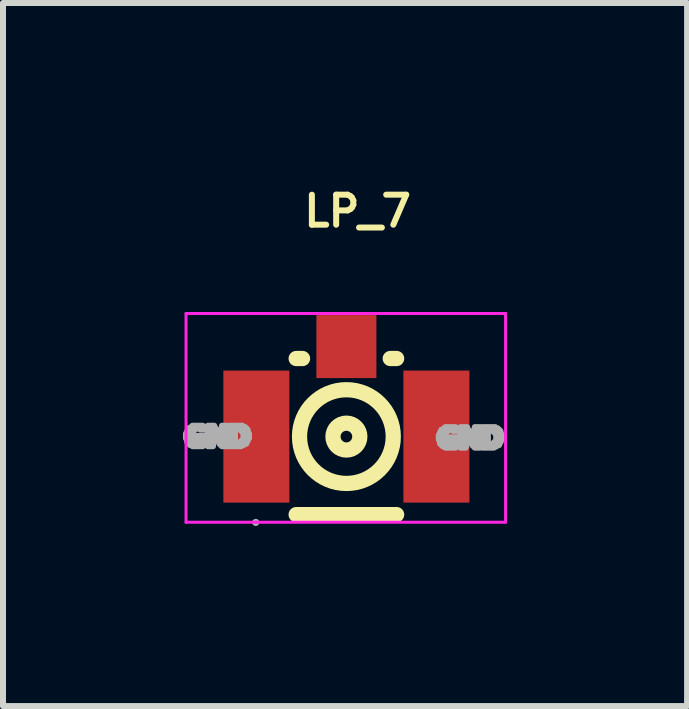
<source format=kicad_pcb>
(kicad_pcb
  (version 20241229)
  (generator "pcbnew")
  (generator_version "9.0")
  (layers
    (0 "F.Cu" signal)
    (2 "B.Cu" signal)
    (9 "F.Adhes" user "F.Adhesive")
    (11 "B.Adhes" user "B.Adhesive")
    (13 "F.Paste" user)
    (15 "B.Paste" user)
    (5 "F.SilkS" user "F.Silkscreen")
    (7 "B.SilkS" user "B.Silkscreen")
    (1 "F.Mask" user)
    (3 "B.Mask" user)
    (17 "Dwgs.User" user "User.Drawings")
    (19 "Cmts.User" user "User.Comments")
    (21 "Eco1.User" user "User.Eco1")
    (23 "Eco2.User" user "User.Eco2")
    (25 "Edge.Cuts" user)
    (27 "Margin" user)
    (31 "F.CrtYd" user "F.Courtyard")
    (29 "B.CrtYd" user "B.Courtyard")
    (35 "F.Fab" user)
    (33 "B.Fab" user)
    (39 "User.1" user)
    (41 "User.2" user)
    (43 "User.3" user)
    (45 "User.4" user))
  (footprint "LP_7"
    (layer "F.Cu")
    (at 2.712 3.913)
    (property "Reference" "LP_7" (at -0.75 -3.445 0) (layer "F.SilkS") (effects (font (size 0.5 0.5) (thickness 0.1)) (justify left)))
    (fp_line (start -0.827 -0.989) (end -0.721 -0.989) (stroke (width 0.254) (type solid)) (layer "F.SilkS"))
    (fp_line (start 0.741 -0.989) (end 0.847 -0.989) (stroke (width 0.254) (type solid)) (layer "F.SilkS"))
    (fp_line (start 0.847 1.612) (end -0.827 1.612) (stroke (width 0.254) (type solid)) (layer "F.SilkS"))
    (fp_arc (start 0.234 0.312) (mid -0.214 0.312) (end 0.234 0.312) (stroke (width 0.254) (type solid)) (layer "F.SilkS"))
    (fp_arc (start 0.791 0.312) (mid -0.771 0.312) (end 0.791 0.312) (stroke (width 0.254) (type solid)) (layer "F.SilkS"))
    (fp_line (start -2.662 -1.739) (end -2.662 1.739) (stroke (width 0.05) (type solid)) (layer "F.CrtYd"))
    (fp_line (start -2.662 1.739) (end 2.662 1.739) (stroke (width 0.05) (type solid)) (layer "F.CrtYd"))
    (fp_line (start 2.662 -1.739) (end -2.662 -1.739) (stroke (width 0.05) (type solid)) (layer "F.CrtYd"))
    (fp_line (start 2.662 1.739) (end 2.662 -1.739) (stroke (width 0.05) (type solid)) (layer "F.CrtYd"))
    (fp_arc (start -1.47 1.742) (mid -1.53 1.742) (end -1.47 1.742) (stroke (width 0.06) (type solid)) (layer "F.Fab"))
    (fp_poly (pts (xy -2.662 0.28) (xy -2.662 0.259) (xy -2.576 0.259) (xy -2.576 0.28) (xy -2.662 0.28)) (stroke (width 0.1) (type solid)) (fill no) (layer "F.Fab"))
    (fp_poly (pts (xy -2.662 0.301) (xy -2.662 0.28) (xy -2.576 0.28) (xy -2.576 0.301) (xy -2.662 0.301)) (stroke (width 0.1) (type solid)) (fill no) (layer "F.Fab"))
    (fp_poly (pts (xy -2.662 0.323) (xy -2.662 0.301) (xy -2.576 0.301) (xy -2.576 0.323) (xy -2.662 0.323)) (stroke (width 0.1) (type solid)) (fill no) (layer "F.Fab"))
    (fp_poly (pts (xy -2.662 0.344) (xy -2.662 0.323) (xy -2.576 0.323) (xy -2.576 0.344) (xy -2.662 0.344)) (stroke (width 0.1) (type solid)) (fill no) (layer "F.Fab"))
    (fp_poly (pts (xy -2.64 0.237) (xy -2.64 0.216) (xy -2.555 0.216) (xy -2.555 0.237) (xy -2.64 0.237)) (stroke (width 0.1) (type solid)) (fill no) (layer "F.Fab"))
    (fp_poly (pts (xy -2.64 0.259) (xy -2.64 0.237) (xy -2.576 0.237) (xy -2.576 0.259) (xy -2.64 0.259)) (stroke (width 0.1) (type solid)) (fill no) (layer "F.Fab"))
    (fp_poly (pts (xy -2.64 0.365) (xy -2.64 0.344) (xy -2.576 0.344) (xy -2.576 0.365) (xy -2.64 0.365)) (stroke (width 0.1) (type solid)) (fill no) (layer "F.Fab"))
    (fp_poly (pts (xy -2.64 0.387) (xy -2.64 0.365) (xy -2.555 0.365) (xy -2.555 0.387) (xy -2.64 0.387)) (stroke (width 0.1) (type solid)) (fill no) (layer "F.Fab"))
    (fp_poly (pts (xy -2.64 0.408) (xy -2.64 0.387) (xy -2.555 0.387) (xy -2.555 0.408) (xy -2.64 0.408)) (stroke (width 0.1) (type solid)) (fill no) (layer "F.Fab"))
    (fp_poly (pts (xy -2.619 0.195) (xy -2.619 0.173) (xy -2.512 0.173) (xy -2.512 0.195) (xy -2.619 0.195)) (stroke (width 0.1) (type solid)) (fill no) (layer "F.Fab"))
    (fp_poly (pts (xy -2.619 0.216) (xy -2.619 0.195) (xy -2.534 0.195) (xy -2.534 0.216) (xy -2.619 0.216)) (stroke (width 0.1) (type solid)) (fill no) (layer "F.Fab"))
    (fp_poly (pts (xy -2.619 0.43) (xy -2.619 0.408) (xy -2.512 0.408) (xy -2.512 0.43) (xy -2.619 0.43)) (stroke (width 0.1) (type solid)) (fill no) (layer "F.Fab"))
    (fp_poly (pts (xy -2.598 0.451) (xy -2.598 0.43) (xy -2.342 0.43) (xy -2.342 0.451) (xy -2.598 0.451)) (stroke (width 0.1) (type solid)) (fill no) (layer "F.Fab"))
    (fp_poly (pts (xy -2.576 0.173) (xy -2.576 0.152) (xy -2.363 0.152) (xy -2.363 0.173) (xy -2.576 0.173)) (stroke (width 0.1) (type solid)) (fill no) (layer "F.Fab"))
    (fp_poly (pts (xy -2.555 0.152) (xy -2.555 0.131) (xy -2.384 0.131) (xy -2.384 0.152) (xy -2.555 0.152)) (stroke (width 0.1) (type solid)) (fill no) (layer "F.Fab"))
    (fp_poly (pts (xy -2.555 0.472) (xy -2.555 0.451) (xy -2.384 0.451) (xy -2.384 0.472) (xy -2.555 0.472)) (stroke (width 0.1) (type solid)) (fill no) (layer "F.Fab"))
    (fp_poly (pts (xy -2.491 0.323) (xy -2.491 0.301) (xy -2.342 0.301) (xy -2.342 0.323) (xy -2.491 0.323)) (stroke (width 0.1) (type solid)) (fill no) (layer "F.Fab"))
    (fp_poly (pts (xy -2.491 0.344) (xy -2.491 0.323) (xy -2.342 0.323) (xy -2.342 0.344) (xy -2.491 0.344)) (stroke (width 0.1) (type solid)) (fill no) (layer "F.Fab"))
    (fp_poly (pts (xy -2.427 0.195) (xy -2.427 0.173) (xy -2.363 0.173) (xy -2.363 0.195) (xy -2.427 0.195)) (stroke (width 0.1) (type solid)) (fill no) (layer "F.Fab"))
    (fp_poly (pts (xy -2.427 0.365) (xy -2.427 0.344) (xy -2.342 0.344) (xy -2.342 0.365) (xy -2.427 0.365)) (stroke (width 0.1) (type solid)) (fill no) (layer "F.Fab"))
    (fp_poly (pts (xy -2.427 0.387) (xy -2.427 0.365) (xy -2.342 0.365) (xy -2.342 0.387) (xy -2.427 0.387)) (stroke (width 0.1) (type solid)) (fill no) (layer "F.Fab"))
    (fp_poly (pts (xy -2.427 0.408) (xy -2.427 0.387) (xy -2.342 0.387) (xy -2.342 0.408) (xy -2.427 0.408)) (stroke (width 0.1) (type solid)) (fill no) (layer "F.Fab"))
    (fp_poly (pts (xy -2.427 0.43) (xy -2.427 0.408) (xy -2.342 0.408) (xy -2.342 0.43) (xy -2.427 0.43)) (stroke (width 0.1) (type solid)) (fill no) (layer "F.Fab"))
    (fp_poly (pts (xy -2.299 0.152) (xy -2.299 0.131) (xy -2.192 0.131) (xy -2.192 0.152) (xy -2.299 0.152)) (stroke (width 0.1) (type solid)) (fill no) (layer "F.Fab"))
    (fp_poly (pts (xy -2.299 0.173) (xy -2.299 0.152) (xy -2.192 0.152) (xy -2.192 0.173) (xy -2.299 0.173)) (stroke (width 0.1) (type solid)) (fill no) (layer "F.Fab"))
    (fp_poly (pts (xy -2.299 0.195) (xy -2.299 0.173) (xy -2.171 0.173) (xy -2.171 0.195) (xy -2.299 0.195)) (stroke (width 0.1) (type solid)) (fill no) (layer "F.Fab"))
    (fp_poly (pts (xy -2.299 0.216) (xy -2.299 0.195) (xy -2.149 0.195) (xy -2.149 0.216) (xy -2.299 0.216)) (stroke (width 0.1) (type solid)) (fill no) (layer "F.Fab"))
    (fp_poly (pts (xy -2.299 0.237) (xy -2.299 0.216) (xy -2.149 0.216) (xy -2.149 0.237) (xy -2.299 0.237)) (stroke (width 0.1) (type solid)) (fill no) (layer "F.Fab"))
    (fp_poly (pts (xy -2.299 0.259) (xy -2.299 0.237) (xy -2.128 0.237) (xy -2.128 0.259) (xy -2.299 0.259)) (stroke (width 0.1) (type solid)) (fill no) (layer "F.Fab"))
    (fp_poly (pts (xy -2.299 0.28) (xy -2.299 0.259) (xy -2.213 0.259) (xy -2.213 0.28) (xy -2.299 0.28)) (stroke (width 0.1) (type solid)) (fill no) (layer "F.Fab"))
    (fp_poly (pts (xy -2.299 0.301) (xy -2.299 0.28) (xy -2.213 0.28) (xy -2.213 0.301) (xy -2.299 0.301)) (stroke (width 0.1) (type solid)) (fill no) (layer "F.Fab"))
    (fp_poly (pts (xy -2.299 0.323) (xy -2.299 0.301) (xy -2.213 0.301) (xy -2.213 0.323) (xy -2.299 0.323)) (stroke (width 0.1) (type solid)) (fill no) (layer "F.Fab"))
    (fp_poly (pts (xy -2.299 0.344) (xy -2.299 0.323) (xy -2.213 0.323) (xy -2.213 0.344) (xy -2.299 0.344)) (stroke (width 0.1) (type solid)) (fill no) (layer "F.Fab"))
    (fp_poly (pts (xy -2.299 0.365) (xy -2.299 0.344) (xy -2.213 0.344) (xy -2.213 0.365) (xy -2.299 0.365)) (stroke (width 0.1) (type solid)) (fill no) (layer "F.Fab"))
    (fp_poly (pts (xy -2.299 0.387) (xy -2.299 0.365) (xy -2.213 0.365) (xy -2.213 0.387) (xy -2.299 0.387)) (stroke (width 0.1) (type solid)) (fill no) (layer "F.Fab"))
    (fp_poly (pts (xy -2.299 0.408) (xy -2.299 0.387) (xy -2.213 0.387) (xy -2.213 0.408) (xy -2.299 0.408)) (stroke (width 0.1) (type solid)) (fill no) (layer "F.Fab"))
    (fp_poly (pts (xy -2.299 0.43) (xy -2.299 0.408) (xy -2.213 0.408) (xy -2.213 0.43) (xy -2.299 0.43)) (stroke (width 0.1) (type solid)) (fill no) (layer "F.Fab"))
    (fp_poly (pts (xy -2.299 0.451) (xy -2.299 0.43) (xy -2.213 0.43) (xy -2.213 0.451) (xy -2.299 0.451)) (stroke (width 0.1) (type solid)) (fill no) (layer "F.Fab"))
    (fp_poly (pts (xy -2.299 0.472) (xy -2.299 0.451) (xy -2.213 0.451) (xy -2.213 0.472) (xy -2.299 0.472)) (stroke (width 0.1) (type solid)) (fill no) (layer "F.Fab"))
    (fp_poly (pts (xy -2.192 0.28) (xy -2.192 0.259) (xy -2.107 0.259) (xy -2.107 0.28) (xy -2.192 0.28)) (stroke (width 0.1) (type solid)) (fill no) (layer "F.Fab"))
    (fp_poly (pts (xy -2.171 0.301) (xy -2.171 0.28) (xy -2.107 0.28) (xy -2.107 0.301) (xy -2.171 0.301)) (stroke (width 0.1) (type solid)) (fill no) (layer "F.Fab"))
    (fp_poly (pts (xy -2.171 0.323) (xy -2.171 0.301) (xy -2.085 0.301) (xy -2.085 0.323) (xy -2.171 0.323)) (stroke (width 0.1) (type solid)) (fill no) (layer "F.Fab"))
    (fp_poly (pts (xy -2.149 0.344) (xy -2.149 0.323) (xy -1.978 0.323) (xy -1.978 0.344) (xy -2.149 0.344)) (stroke (width 0.1) (type solid)) (fill no) (layer "F.Fab"))
    (fp_poly (pts (xy -2.149 0.365) (xy -2.149 0.344) (xy -1.978 0.344) (xy -1.978 0.365) (xy -2.149 0.365)) (stroke (width 0.1) (type solid)) (fill no) (layer "F.Fab"))
    (fp_poly (pts (xy -2.128 0.387) (xy -2.128 0.365) (xy -1.978 0.365) (xy -1.978 0.387) (xy -2.128 0.387)) (stroke (width 0.1) (type solid)) (fill no) (layer "F.Fab"))
    (fp_poly (pts (xy -2.107 0.408) (xy -2.107 0.387) (xy -1.978 0.387) (xy -1.978 0.408) (xy -2.107 0.408)) (stroke (width 0.1) (type solid)) (fill no) (layer "F.Fab"))
    (fp_poly (pts (xy -2.107 0.43) (xy -2.107 0.408) (xy -1.978 0.408) (xy -1.978 0.43) (xy -2.107 0.43)) (stroke (width 0.1) (type solid)) (fill no) (layer "F.Fab"))
    (fp_poly (pts (xy -2.085 0.451) (xy -2.085 0.43) (xy -1.978 0.43) (xy -1.978 0.451) (xy -2.085 0.451)) (stroke (width 0.1) (type solid)) (fill no) (layer "F.Fab"))
    (fp_poly (pts (xy -2.064 0.152) (xy -2.064 0.131) (xy -1.978 0.131) (xy -1.978 0.152) (xy -2.064 0.152)) (stroke (width 0.1) (type solid)) (fill no) (layer "F.Fab"))
    (fp_poly (pts (xy -2.064 0.173) (xy -2.064 0.152) (xy -1.978 0.152) (xy -1.978 0.173) (xy -2.064 0.173)) (stroke (width 0.1) (type solid)) (fill no) (layer "F.Fab"))
    (fp_poly (pts (xy -2.064 0.195) (xy -2.064 0.173) (xy -1.978 0.173) (xy -1.978 0.195) (xy -2.064 0.195)) (stroke (width 0.1) (type solid)) (fill no) (layer "F.Fab"))
    (fp_poly (pts (xy -2.064 0.216) (xy -2.064 0.195) (xy -1.978 0.195) (xy -1.978 0.216) (xy -2.064 0.216)) (stroke (width 0.1) (type solid)) (fill no) (layer "F.Fab"))
    (fp_poly (pts (xy -2.064 0.237) (xy -2.064 0.216) (xy -1.978 0.216) (xy -1.978 0.237) (xy -2.064 0.237)) (stroke (width 0.1) (type solid)) (fill no) (layer "F.Fab"))
    (fp_poly (pts (xy -2.064 0.259) (xy -2.064 0.237) (xy -1.978 0.237) (xy -1.978 0.259) (xy -2.064 0.259)) (stroke (width 0.1) (type solid)) (fill no) (layer "F.Fab"))
    (fp_poly (pts (xy -2.064 0.28) (xy -2.064 0.259) (xy -1.978 0.259) (xy -1.978 0.28) (xy -2.064 0.28)) (stroke (width 0.1) (type solid)) (fill no) (layer "F.Fab"))
    (fp_poly (pts (xy -2.064 0.301) (xy -2.064 0.28) (xy -1.978 0.28) (xy -1.978 0.301) (xy -2.064 0.301)) (stroke (width 0.1) (type solid)) (fill no) (layer "F.Fab"))
    (fp_poly (pts (xy -2.064 0.323) (xy -2.064 0.301) (xy -1.978 0.301) (xy -1.978 0.323) (xy -2.064 0.323)) (stroke (width 0.1) (type solid)) (fill no) (layer "F.Fab"))
    (fp_poly (pts (xy -2.064 0.472) (xy -2.064 0.451) (xy -1.978 0.451) (xy -1.978 0.472) (xy -2.064 0.472)) (stroke (width 0.1) (type solid)) (fill no) (layer "F.Fab"))
    (fp_poly (pts (xy -1.936 0.152) (xy -1.936 0.131) (xy -1.722 0.131) (xy -1.722 0.152) (xy -1.936 0.152)) (stroke (width 0.1) (type solid)) (fill no) (layer "F.Fab"))
    (fp_poly (pts (xy -1.936 0.173) (xy -1.936 0.152) (xy -1.679 0.152) (xy -1.679 0.173) (xy -1.936 0.173)) (stroke (width 0.1) (type solid)) (fill no) (layer "F.Fab"))
    (fp_poly (pts (xy -1.936 0.195) (xy -1.936 0.173) (xy -1.85 0.173) (xy -1.85 0.195) (xy -1.936 0.195)) (stroke (width 0.1) (type solid)) (fill no) (layer "F.Fab"))
    (fp_poly (pts (xy -1.936 0.216) (xy -1.936 0.195) (xy -1.85 0.195) (xy -1.85 0.216) (xy -1.936 0.216)) (stroke (width 0.1) (type solid)) (fill no) (layer "F.Fab"))
    (fp_poly (pts (xy -1.936 0.237) (xy -1.936 0.216) (xy -1.85 0.216) (xy -1.85 0.237) (xy -1.936 0.237)) (stroke (width 0.1) (type solid)) (fill no) (layer "F.Fab"))
    (fp_poly (pts (xy -1.936 0.259) (xy -1.936 0.237) (xy -1.85 0.237) (xy -1.85 0.259) (xy -1.936 0.259)) (stroke (width 0.1) (type solid)) (fill no) (layer "F.Fab"))
    (fp_poly (pts (xy -1.936 0.28) (xy -1.936 0.259) (xy -1.85 0.259) (xy -1.85 0.28) (xy -1.936 0.28)) (stroke (width 0.1) (type solid)) (fill no) (layer "F.Fab"))
    (fp_poly (pts (xy -1.936 0.301) (xy -1.936 0.28) (xy -1.85 0.28) (xy -1.85 0.301) (xy -1.936 0.301)) (stroke (width 0.1) (type solid)) (fill no) (layer "F.Fab"))
    (fp_poly (pts (xy -1.936 0.323) (xy -1.936 0.301) (xy -1.85 0.301) (xy -1.85 0.323) (xy -1.936 0.323)) (stroke (width 0.1) (type solid)) (fill no) (layer "F.Fab"))
    (fp_poly (pts (xy -1.936 0.344) (xy -1.936 0.323) (xy -1.85 0.323) (xy -1.85 0.344) (xy -1.936 0.344)) (stroke (width 0.1) (type solid)) (fill no) (layer "F.Fab"))
    (fp_poly (pts (xy -1.936 0.365) (xy -1.936 0.344) (xy -1.85 0.344) (xy -1.85 0.365) (xy -1.936 0.365)) (stroke (width 0.1) (type solid)) (fill no) (layer "F.Fab"))
    (fp_poly (pts (xy -1.936 0.387) (xy -1.936 0.365) (xy -1.85 0.365) (xy -1.85 0.387) (xy -1.936 0.387)) (stroke (width 0.1) (type solid)) (fill no) (layer "F.Fab"))
    (fp_poly (pts (xy -1.936 0.408) (xy -1.936 0.387) (xy -1.85 0.387) (xy -1.85 0.408) (xy -1.936 0.408)) (stroke (width 0.1) (type solid)) (fill no) (layer "F.Fab"))
    (fp_poly (pts (xy -1.936 0.43) (xy -1.936 0.408) (xy -1.85 0.408) (xy -1.85 0.43) (xy -1.936 0.43)) (stroke (width 0.1) (type solid)) (fill no) (layer "F.Fab"))
    (fp_poly (pts (xy -1.936 0.451) (xy -1.936 0.43) (xy -1.701 0.43) (xy -1.701 0.451) (xy -1.936 0.451)) (stroke (width 0.1) (type solid)) (fill no) (layer "F.Fab"))
    (fp_poly (pts (xy -1.936 0.472) (xy -1.936 0.451) (xy -1.744 0.451) (xy -1.744 0.472) (xy -1.936 0.472)) (stroke (width 0.1) (type solid)) (fill no) (layer "F.Fab"))
    (fp_poly (pts (xy -1.765 0.195) (xy -1.765 0.173) (xy -1.658 0.173) (xy -1.658 0.195) (xy -1.765 0.195)) (stroke (width 0.1) (type solid)) (fill no) (layer "F.Fab"))
    (fp_poly (pts (xy -1.765 0.43) (xy -1.765 0.408) (xy -1.658 0.408) (xy -1.658 0.43) (xy -1.765 0.43)) (stroke (width 0.1) (type solid)) (fill no) (layer "F.Fab"))
    (fp_poly (pts (xy -1.744 0.216) (xy -1.744 0.195) (xy -1.637 0.195) (xy -1.637 0.216) (xy -1.744 0.216)) (stroke (width 0.1) (type solid)) (fill no) (layer "F.Fab"))
    (fp_poly (pts (xy -1.744 0.408) (xy -1.744 0.387) (xy -1.658 0.387) (xy -1.658 0.408) (xy -1.744 0.408)) (stroke (width 0.1) (type solid)) (fill no) (layer "F.Fab"))
    (fp_poly (pts (xy -1.722 0.237) (xy -1.722 0.216) (xy -1.637 0.216) (xy -1.637 0.237) (xy -1.722 0.237)) (stroke (width 0.1) (type solid)) (fill no) (layer "F.Fab"))
    (fp_poly (pts (xy -1.722 0.387) (xy -1.722 0.365) (xy -1.637 0.365) (xy -1.637 0.387) (xy -1.722 0.387)) (stroke (width 0.1) (type solid)) (fill no) (layer "F.Fab"))
    (fp_poly (pts (xy -1.701 0.259) (xy -1.701 0.237) (xy -1.637 0.237) (xy -1.637 0.259) (xy -1.701 0.259)) (stroke (width 0.1) (type solid)) (fill no) (layer "F.Fab"))
    (fp_poly (pts (xy -1.701 0.28) (xy -1.701 0.259) (xy -1.615 0.259) (xy -1.615 0.28) (xy -1.701 0.28)) (stroke (width 0.1) (type solid)) (fill no) (layer "F.Fab"))
    (fp_poly (pts (xy -1.701 0.301) (xy -1.701 0.28) (xy -1.615 0.28) (xy -1.615 0.301) (xy -1.701 0.301)) (stroke (width 0.1) (type solid)) (fill no) (layer "F.Fab"))
    (fp_poly (pts (xy -1.701 0.323) (xy -1.701 0.301) (xy -1.615 0.301) (xy -1.615 0.323) (xy -1.701 0.323)) (stroke (width 0.1) (type solid)) (fill no) (layer "F.Fab"))
    (fp_poly (pts (xy -1.701 0.344) (xy -1.701 0.323) (xy -1.615 0.323) (xy -1.615 0.344) (xy -1.701 0.344)) (stroke (width 0.1) (type solid)) (fill no) (layer "F.Fab"))
    (fp_poly (pts (xy -1.701 0.365) (xy -1.701 0.344) (xy -1.637 0.344) (xy -1.637 0.365) (xy -1.701 0.365)) (stroke (width 0.1) (type solid)) (fill no) (layer "F.Fab"))
    (fp_poly (pts (xy 1.551 0.303) (xy 1.551 0.282) (xy 1.636 0.282) (xy 1.636 0.303) (xy 1.551 0.303)) (stroke (width 0.1) (type solid)) (fill no) (layer "F.Fab"))
    (fp_poly (pts (xy 1.551 0.325) (xy 1.551 0.303) (xy 1.636 0.303) (xy 1.636 0.325) (xy 1.551 0.325)) (stroke (width 0.1) (type solid)) (fill no) (layer "F.Fab"))
    (fp_poly (pts (xy 1.551 0.346) (xy 1.551 0.325) (xy 1.636 0.325) (xy 1.636 0.346) (xy 1.551 0.346)) (stroke (width 0.1) (type solid)) (fill no) (layer "F.Fab"))
    (fp_poly (pts (xy 1.551 0.367) (xy 1.551 0.346) (xy 1.636 0.346) (xy 1.636 0.367) (xy 1.551 0.367)) (stroke (width 0.1) (type solid)) (fill no) (layer "F.Fab"))
    (fp_poly (pts (xy 1.572 0.261) (xy 1.572 0.239) (xy 1.658 0.239) (xy 1.658 0.261) (xy 1.572 0.261)) (stroke (width 0.1) (type solid)) (fill no) (layer "F.Fab"))
    (fp_poly (pts (xy 1.572 0.282) (xy 1.572 0.261) (xy 1.636 0.261) (xy 1.636 0.282) (xy 1.572 0.282)) (stroke (width 0.1) (type solid)) (fill no) (layer "F.Fab"))
    (fp_poly (pts (xy 1.572 0.389) (xy 1.572 0.367) (xy 1.636 0.367) (xy 1.636 0.389) (xy 1.572 0.389)) (stroke (width 0.1) (type solid)) (fill no) (layer "F.Fab"))
    (fp_poly (pts (xy 1.572 0.41) (xy 1.572 0.389) (xy 1.658 0.389) (xy 1.658 0.41) (xy 1.572 0.41)) (stroke (width 0.1) (type solid)) (fill no) (layer "F.Fab"))
    (fp_poly (pts (xy 1.572 0.431) (xy 1.572 0.41) (xy 1.658 0.41) (xy 1.658 0.431) (xy 1.572 0.431)) (stroke (width 0.1) (type solid)) (fill no) (layer "F.Fab"))
    (fp_poly (pts (xy 1.594 0.218) (xy 1.594 0.197) (xy 1.701 0.197) (xy 1.701 0.218) (xy 1.594 0.218)) (stroke (width 0.1) (type solid)) (fill no) (layer "F.Fab"))
    (fp_poly (pts (xy 1.594 0.239) (xy 1.594 0.218) (xy 1.679 0.218) (xy 1.679 0.239) (xy 1.594 0.239)) (stroke (width 0.1) (type solid)) (fill no) (layer "F.Fab"))
    (fp_poly (pts (xy 1.594 0.453) (xy 1.594 0.431) (xy 1.701 0.431) (xy 1.701 0.453) (xy 1.594 0.453)) (stroke (width 0.1) (type solid)) (fill no) (layer "F.Fab"))
    (fp_poly (pts (xy 1.615 0.474) (xy 1.615 0.453) (xy 1.871 0.453) (xy 1.871 0.474) (xy 1.615 0.474)) (stroke (width 0.1) (type solid)) (fill no) (layer "F.Fab"))
    (fp_poly (pts (xy 1.636 0.197) (xy 1.636 0.175) (xy 1.85 0.175) (xy 1.85 0.197) (xy 1.636 0.197)) (stroke (width 0.1) (type solid)) (fill no) (layer "F.Fab"))
    (fp_poly (pts (xy 1.658 0.175) (xy 1.658 0.154) (xy 1.829 0.154) (xy 1.829 0.175) (xy 1.658 0.175)) (stroke (width 0.1) (type solid)) (fill no) (layer "F.Fab"))
    (fp_poly (pts (xy 1.658 0.496) (xy 1.658 0.474) (xy 1.829 0.474) (xy 1.829 0.496) (xy 1.658 0.496)) (stroke (width 0.1) (type solid)) (fill no) (layer "F.Fab"))
    (fp_poly (pts (xy 1.722 0.346) (xy 1.722 0.325) (xy 1.871 0.325) (xy 1.871 0.346) (xy 1.722 0.346)) (stroke (width 0.1) (type solid)) (fill no) (layer "F.Fab"))
    (fp_poly (pts (xy 1.722 0.367) (xy 1.722 0.346) (xy 1.871 0.346) (xy 1.871 0.367) (xy 1.722 0.367)) (stroke (width 0.1) (type solid)) (fill no) (layer "F.Fab"))
    (fp_poly (pts (xy 1.786 0.218) (xy 1.786 0.197) (xy 1.85 0.197) (xy 1.85 0.218) (xy 1.786 0.218)) (stroke (width 0.1) (type solid)) (fill no) (layer "F.Fab"))
    (fp_poly (pts (xy 1.786 0.389) (xy 1.786 0.367) (xy 1.871 0.367) (xy 1.871 0.389) (xy 1.786 0.389)) (stroke (width 0.1) (type solid)) (fill no) (layer "F.Fab"))
    (fp_poly (pts (xy 1.786 0.41) (xy 1.786 0.389) (xy 1.871 0.389) (xy 1.871 0.41) (xy 1.786 0.41)) (stroke (width 0.1) (type solid)) (fill no) (layer "F.Fab"))
    (fp_poly (pts (xy 1.786 0.431) (xy 1.786 0.41) (xy 1.871 0.41) (xy 1.871 0.431) (xy 1.786 0.431)) (stroke (width 0.1) (type solid)) (fill no) (layer "F.Fab"))
    (fp_poly (pts (xy 1.786 0.453) (xy 1.786 0.431) (xy 1.871 0.431) (xy 1.871 0.453) (xy 1.786 0.453)) (stroke (width 0.1) (type solid)) (fill no) (layer "F.Fab"))
    (fp_poly (pts (xy 1.914 0.175) (xy 1.914 0.154) (xy 2.021 0.154) (xy 2.021 0.175) (xy 1.914 0.175)) (stroke (width 0.1) (type solid)) (fill no) (layer "F.Fab"))
    (fp_poly (pts (xy 1.914 0.197) (xy 1.914 0.175) (xy 2.021 0.175) (xy 2.021 0.197) (xy 1.914 0.197)) (stroke (width 0.1) (type solid)) (fill no) (layer "F.Fab"))
    (fp_poly (pts (xy 1.914 0.218) (xy 1.914 0.197) (xy 2.042 0.197) (xy 2.042 0.218) (xy 1.914 0.218)) (stroke (width 0.1) (type solid)) (fill no) (layer "F.Fab"))
    (fp_poly (pts (xy 1.914 0.239) (xy 1.914 0.218) (xy 2.064 0.218) (xy 2.064 0.239) (xy 1.914 0.239)) (stroke (width 0.1) (type solid)) (fill no) (layer "F.Fab"))
    (fp_poly (pts (xy 1.914 0.261) (xy 1.914 0.239) (xy 2.064 0.239) (xy 2.064 0.261) (xy 1.914 0.261)) (stroke (width 0.1) (type solid)) (fill no) (layer "F.Fab"))
    (fp_poly (pts (xy 1.914 0.282) (xy 1.914 0.261) (xy 2.085 0.261) (xy 2.085 0.282) (xy 1.914 0.282)) (stroke (width 0.1) (type solid)) (fill no) (layer "F.Fab"))
    (fp_poly (pts (xy 1.914 0.303) (xy 1.914 0.282) (xy 1.999 0.282) (xy 1.999 0.303) (xy 1.914 0.303)) (stroke (width 0.1) (type solid)) (fill no) (layer "F.Fab"))
    (fp_poly (pts (xy 1.914 0.325) (xy 1.914 0.303) (xy 1.999 0.303) (xy 1.999 0.325) (xy 1.914 0.325)) (stroke (width 0.1) (type solid)) (fill no) (layer "F.Fab"))
    (fp_poly (pts (xy 1.914 0.346) (xy 1.914 0.325) (xy 1.999 0.325) (xy 1.999 0.346) (xy 1.914 0.346)) (stroke (width 0.1) (type solid)) (fill no) (layer "F.Fab"))
    (fp_poly (pts (xy 1.914 0.367) (xy 1.914 0.346) (xy 1.999 0.346) (xy 1.999 0.367) (xy 1.914 0.367)) (stroke (width 0.1) (type solid)) (fill no) (layer "F.Fab"))
    (fp_poly (pts (xy 1.914 0.389) (xy 1.914 0.367) (xy 1.999 0.367) (xy 1.999 0.389) (xy 1.914 0.389)) (stroke (width 0.1) (type solid)) (fill no) (layer "F.Fab"))
    (fp_poly (pts (xy 1.914 0.41) (xy 1.914 0.389) (xy 1.999 0.389) (xy 1.999 0.41) (xy 1.914 0.41)) (stroke (width 0.1) (type solid)) (fill no) (layer "F.Fab"))
    (fp_poly (pts (xy 1.914 0.431) (xy 1.914 0.41) (xy 1.999 0.41) (xy 1.999 0.431) (xy 1.914 0.431)) (stroke (width 0.1) (type solid)) (fill no) (layer "F.Fab"))
    (fp_poly (pts (xy 1.914 0.453) (xy 1.914 0.431) (xy 1.999 0.431) (xy 1.999 0.453) (xy 1.914 0.453)) (stroke (width 0.1) (type solid)) (fill no) (layer "F.Fab"))
    (fp_poly (pts (xy 1.914 0.474) (xy 1.914 0.453) (xy 1.999 0.453) (xy 1.999 0.474) (xy 1.914 0.474)) (stroke (width 0.1) (type solid)) (fill no) (layer "F.Fab"))
    (fp_poly (pts (xy 1.914 0.496) (xy 1.914 0.474) (xy 1.999 0.474) (xy 1.999 0.496) (xy 1.914 0.496)) (stroke (width 0.1) (type solid)) (fill no) (layer "F.Fab"))
    (fp_poly (pts (xy 2.021 0.303) (xy 2.021 0.282) (xy 2.106 0.282) (xy 2.106 0.303) (xy 2.021 0.303)) (stroke (width 0.1) (type solid)) (fill no) (layer "F.Fab"))
    (fp_poly (pts (xy 2.042 0.325) (xy 2.042 0.303) (xy 2.106 0.303) (xy 2.106 0.325) (xy 2.042 0.325)) (stroke (width 0.1) (type solid)) (fill no) (layer "F.Fab"))
    (fp_poly (pts (xy 2.042 0.346) (xy 2.042 0.325) (xy 2.128 0.325) (xy 2.128 0.346) (xy 2.042 0.346)) (stroke (width 0.1) (type solid)) (fill no) (layer "F.Fab"))
    (fp_poly (pts (xy 2.064 0.367) (xy 2.064 0.346) (xy 2.234 0.346) (xy 2.234 0.367) (xy 2.064 0.367)) (stroke (width 0.1) (type solid)) (fill no) (layer "F.Fab"))
    (fp_poly (pts (xy 2.064 0.389) (xy 2.064 0.367) (xy 2.234 0.367) (xy 2.234 0.389) (xy 2.064 0.389)) (stroke (width 0.1) (type solid)) (fill no) (layer "F.Fab"))
    (fp_poly (pts (xy 2.085 0.41) (xy 2.085 0.389) (xy 2.234 0.389) (xy 2.234 0.41) (xy 2.085 0.41)) (stroke (width 0.1) (type solid)) (fill no) (layer "F.Fab"))
    (fp_poly (pts (xy 2.106 0.431) (xy 2.106 0.41) (xy 2.234 0.41) (xy 2.234 0.431) (xy 2.106 0.431)) (stroke (width 0.1) (type solid)) (fill no) (layer "F.Fab"))
    (fp_poly (pts (xy 2.106 0.453) (xy 2.106 0.431) (xy 2.234 0.431) (xy 2.234 0.453) (xy 2.106 0.453)) (stroke (width 0.1) (type solid)) (fill no) (layer "F.Fab"))
    (fp_poly (pts (xy 2.128 0.474) (xy 2.128 0.453) (xy 2.234 0.453) (xy 2.234 0.474) (xy 2.128 0.474)) (stroke (width 0.1) (type solid)) (fill no) (layer "F.Fab"))
    (fp_poly (pts (xy 2.149 0.175) (xy 2.149 0.154) (xy 2.234 0.154) (xy 2.234 0.175) (xy 2.149 0.175)) (stroke (width 0.1) (type solid)) (fill no) (layer "F.Fab"))
    (fp_poly (pts (xy 2.149 0.197) (xy 2.149 0.175) (xy 2.234 0.175) (xy 2.234 0.197) (xy 2.149 0.197)) (stroke (width 0.1) (type solid)) (fill no) (layer "F.Fab"))
    (fp_poly (pts (xy 2.149 0.218) (xy 2.149 0.197) (xy 2.234 0.197) (xy 2.234 0.218) (xy 2.149 0.218)) (stroke (width 0.1) (type solid)) (fill no) (layer "F.Fab"))
    (fp_poly (pts (xy 2.149 0.239) (xy 2.149 0.218) (xy 2.234 0.218) (xy 2.234 0.239) (xy 2.149 0.239)) (stroke (width 0.1) (type solid)) (fill no) (layer "F.Fab"))
    (fp_poly (pts (xy 2.149 0.261) (xy 2.149 0.239) (xy 2.234 0.239) (xy 2.234 0.261) (xy 2.149 0.261)) (stroke (width 0.1) (type solid)) (fill no) (layer "F.Fab"))
    (fp_poly (pts (xy 2.149 0.282) (xy 2.149 0.261) (xy 2.234 0.261) (xy 2.234 0.282) (xy 2.149 0.282)) (stroke (width 0.1) (type solid)) (fill no) (layer "F.Fab"))
    (fp_poly (pts (xy 2.149 0.303) (xy 2.149 0.282) (xy 2.234 0.282) (xy 2.234 0.303) (xy 2.149 0.303)) (stroke (width 0.1) (type solid)) (fill no) (layer "F.Fab"))
    (fp_poly (pts (xy 2.149 0.325) (xy 2.149 0.303) (xy 2.234 0.303) (xy 2.234 0.325) (xy 2.149 0.325)) (stroke (width 0.1) (type solid)) (fill no) (layer "F.Fab"))
    (fp_poly (pts (xy 2.149 0.346) (xy 2.149 0.325) (xy 2.234 0.325) (xy 2.234 0.346) (xy 2.149 0.346)) (stroke (width 0.1) (type solid)) (fill no) (layer "F.Fab"))
    (fp_poly (pts (xy 2.149 0.496) (xy 2.149 0.474) (xy 2.234 0.474) (xy 2.234 0.496) (xy 2.149 0.496)) (stroke (width 0.1) (type solid)) (fill no) (layer "F.Fab"))
    (fp_poly (pts (xy 2.277 0.175) (xy 2.277 0.154) (xy 2.491 0.154) (xy 2.491 0.175) (xy 2.277 0.175)) (stroke (width 0.1) (type solid)) (fill no) (layer "F.Fab"))
    (fp_poly (pts (xy 2.277 0.197) (xy 2.277 0.175) (xy 2.533 0.175) (xy 2.533 0.197) (xy 2.277 0.197)) (stroke (width 0.1) (type solid)) (fill no) (layer "F.Fab"))
    (fp_poly (pts (xy 2.277 0.218) (xy 2.277 0.197) (xy 2.363 0.197) (xy 2.363 0.218) (xy 2.277 0.218)) (stroke (width 0.1) (type solid)) (fill no) (layer "F.Fab"))
    (fp_poly (pts (xy 2.277 0.239) (xy 2.277 0.218) (xy 2.363 0.218) (xy 2.363 0.239) (xy 2.277 0.239)) (stroke (width 0.1) (type solid)) (fill no) (layer "F.Fab"))
    (fp_poly (pts (xy 2.277 0.261) (xy 2.277 0.239) (xy 2.363 0.239) (xy 2.363 0.261) (xy 2.277 0.261)) (stroke (width 0.1) (type solid)) (fill no) (layer "F.Fab"))
    (fp_poly (pts (xy 2.277 0.282) (xy 2.277 0.261) (xy 2.363 0.261) (xy 2.363 0.282) (xy 2.277 0.282)) (stroke (width 0.1) (type solid)) (fill no) (layer "F.Fab"))
    (fp_poly (pts (xy 2.277 0.303) (xy 2.277 0.282) (xy 2.363 0.282) (xy 2.363 0.303) (xy 2.277 0.303)) (stroke (width 0.1) (type solid)) (fill no) (layer "F.Fab"))
    (fp_poly (pts (xy 2.277 0.325) (xy 2.277 0.303) (xy 2.363 0.303) (xy 2.363 0.325) (xy 2.277 0.325)) (stroke (width 0.1) (type solid)) (fill no) (layer "F.Fab"))
    (fp_poly (pts (xy 2.277 0.346) (xy 2.277 0.325) (xy 2.363 0.325) (xy 2.363 0.346) (xy 2.277 0.346)) (stroke (width 0.1) (type solid)) (fill no) (layer "F.Fab"))
    (fp_poly (pts (xy 2.277 0.367) (xy 2.277 0.346) (xy 2.363 0.346) (xy 2.363 0.367) (xy 2.277 0.367)) (stroke (width 0.1) (type solid)) (fill no) (layer "F.Fab"))
    (fp_poly (pts (xy 2.277 0.389) (xy 2.277 0.367) (xy 2.363 0.367) (xy 2.363 0.389) (xy 2.277 0.389)) (stroke (width 0.1) (type solid)) (fill no) (layer "F.Fab"))
    (fp_poly (pts (xy 2.277 0.41) (xy 2.277 0.389) (xy 2.363 0.389) (xy 2.363 0.41) (xy 2.277 0.41)) (stroke (width 0.1) (type solid)) (fill no) (layer "F.Fab"))
    (fp_poly (pts (xy 2.277 0.431) (xy 2.277 0.41) (xy 2.363 0.41) (xy 2.363 0.431) (xy 2.277 0.431)) (stroke (width 0.1) (type solid)) (fill no) (layer "F.Fab"))
    (fp_poly (pts (xy 2.277 0.453) (xy 2.277 0.431) (xy 2.363 0.431) (xy 2.363 0.453) (xy 2.277 0.453)) (stroke (width 0.1) (type solid)) (fill no) (layer "F.Fab"))
    (fp_poly (pts (xy 2.277 0.474) (xy 2.277 0.453) (xy 2.512 0.453) (xy 2.512 0.474) (xy 2.277 0.474)) (stroke (width 0.1) (type solid)) (fill no) (layer "F.Fab"))
    (fp_poly (pts (xy 2.277 0.496) (xy 2.277 0.474) (xy 2.469 0.474) (xy 2.469 0.496) (xy 2.277 0.496)) (stroke (width 0.1) (type solid)) (fill no) (layer "F.Fab"))
    (fp_poly (pts (xy 2.448 0.218) (xy 2.448 0.197) (xy 2.555 0.197) (xy 2.555 0.218) (xy 2.448 0.218)) (stroke (width 0.1) (type solid)) (fill no) (layer "F.Fab"))
    (fp_poly (pts (xy 2.448 0.453) (xy 2.448 0.431) (xy 2.555 0.431) (xy 2.555 0.453) (xy 2.448 0.453)) (stroke (width 0.1) (type solid)) (fill no) (layer "F.Fab"))
    (fp_poly (pts (xy 2.469 0.239) (xy 2.469 0.218) (xy 2.576 0.218) (xy 2.576 0.239) (xy 2.469 0.239)) (stroke (width 0.1) (type solid)) (fill no) (layer "F.Fab"))
    (fp_poly (pts (xy 2.469 0.431) (xy 2.469 0.41) (xy 2.555 0.41) (xy 2.555 0.431) (xy 2.469 0.431)) (stroke (width 0.1) (type solid)) (fill no) (layer "F.Fab"))
    (fp_poly (pts (xy 2.491 0.261) (xy 2.491 0.239) (xy 2.576 0.239) (xy 2.576 0.261) (xy 2.491 0.261)) (stroke (width 0.1) (type solid)) (fill no) (layer "F.Fab"))
    (fp_poly (pts (xy 2.491 0.41) (xy 2.491 0.389) (xy 2.576 0.389) (xy 2.576 0.41) (xy 2.491 0.41)) (stroke (width 0.1) (type solid)) (fill no) (layer "F.Fab"))
    (fp_poly (pts (xy 2.512 0.282) (xy 2.512 0.261) (xy 2.576 0.261) (xy 2.576 0.282) (xy 2.512 0.282)) (stroke (width 0.1) (type solid)) (fill no) (layer "F.Fab"))
    (fp_poly (pts (xy 2.512 0.303) (xy 2.512 0.282) (xy 2.597 0.282) (xy 2.597 0.303) (xy 2.512 0.303)) (stroke (width 0.1) (type solid)) (fill no) (layer "F.Fab"))
    (fp_poly (pts (xy 2.512 0.325) (xy 2.512 0.303) (xy 2.597 0.303) (xy 2.597 0.325) (xy 2.512 0.325)) (stroke (width 0.1) (type solid)) (fill no) (layer "F.Fab"))
    (fp_poly (pts (xy 2.512 0.346) (xy 2.512 0.325) (xy 2.597 0.325) (xy 2.597 0.346) (xy 2.512 0.346)) (stroke (width 0.1) (type solid)) (fill no) (layer "F.Fab"))
    (fp_poly (pts (xy 2.512 0.367) (xy 2.512 0.346) (xy 2.597 0.346) (xy 2.597 0.367) (xy 2.512 0.367)) (stroke (width 0.1) (type solid)) (fill no) (layer "F.Fab"))
    (fp_poly (pts (xy 2.512 0.389) (xy 2.512 0.367) (xy 2.576 0.367) (xy 2.576 0.389) (xy 2.512 0.389)) (stroke (width 0.1) (type solid)) (fill no) (layer "F.Fab"))
    (pad "1" smd rect (at -1.49 0.312 90) (size 2.2 1.1) (layers "F.Cu" "F.Mask" "F.Paste"))
    (pad "2" smd rect (at 0.01 -1.188 90) (size 1.05 1) (layers "F.Cu" "F.Mask" "F.Paste"))
    (pad "3" smd rect (at 1.51 0.312 90) (size 2.2 1.1) (layers "F.Cu" "F.Mask" "F.Paste")))
  (gr_rect
    (start -3 -3)
    (end 8.399 8.715)
    (stroke (width 0.1) (type default))
    (fill no)
    (layer "Edge.Cuts")))
</source>
